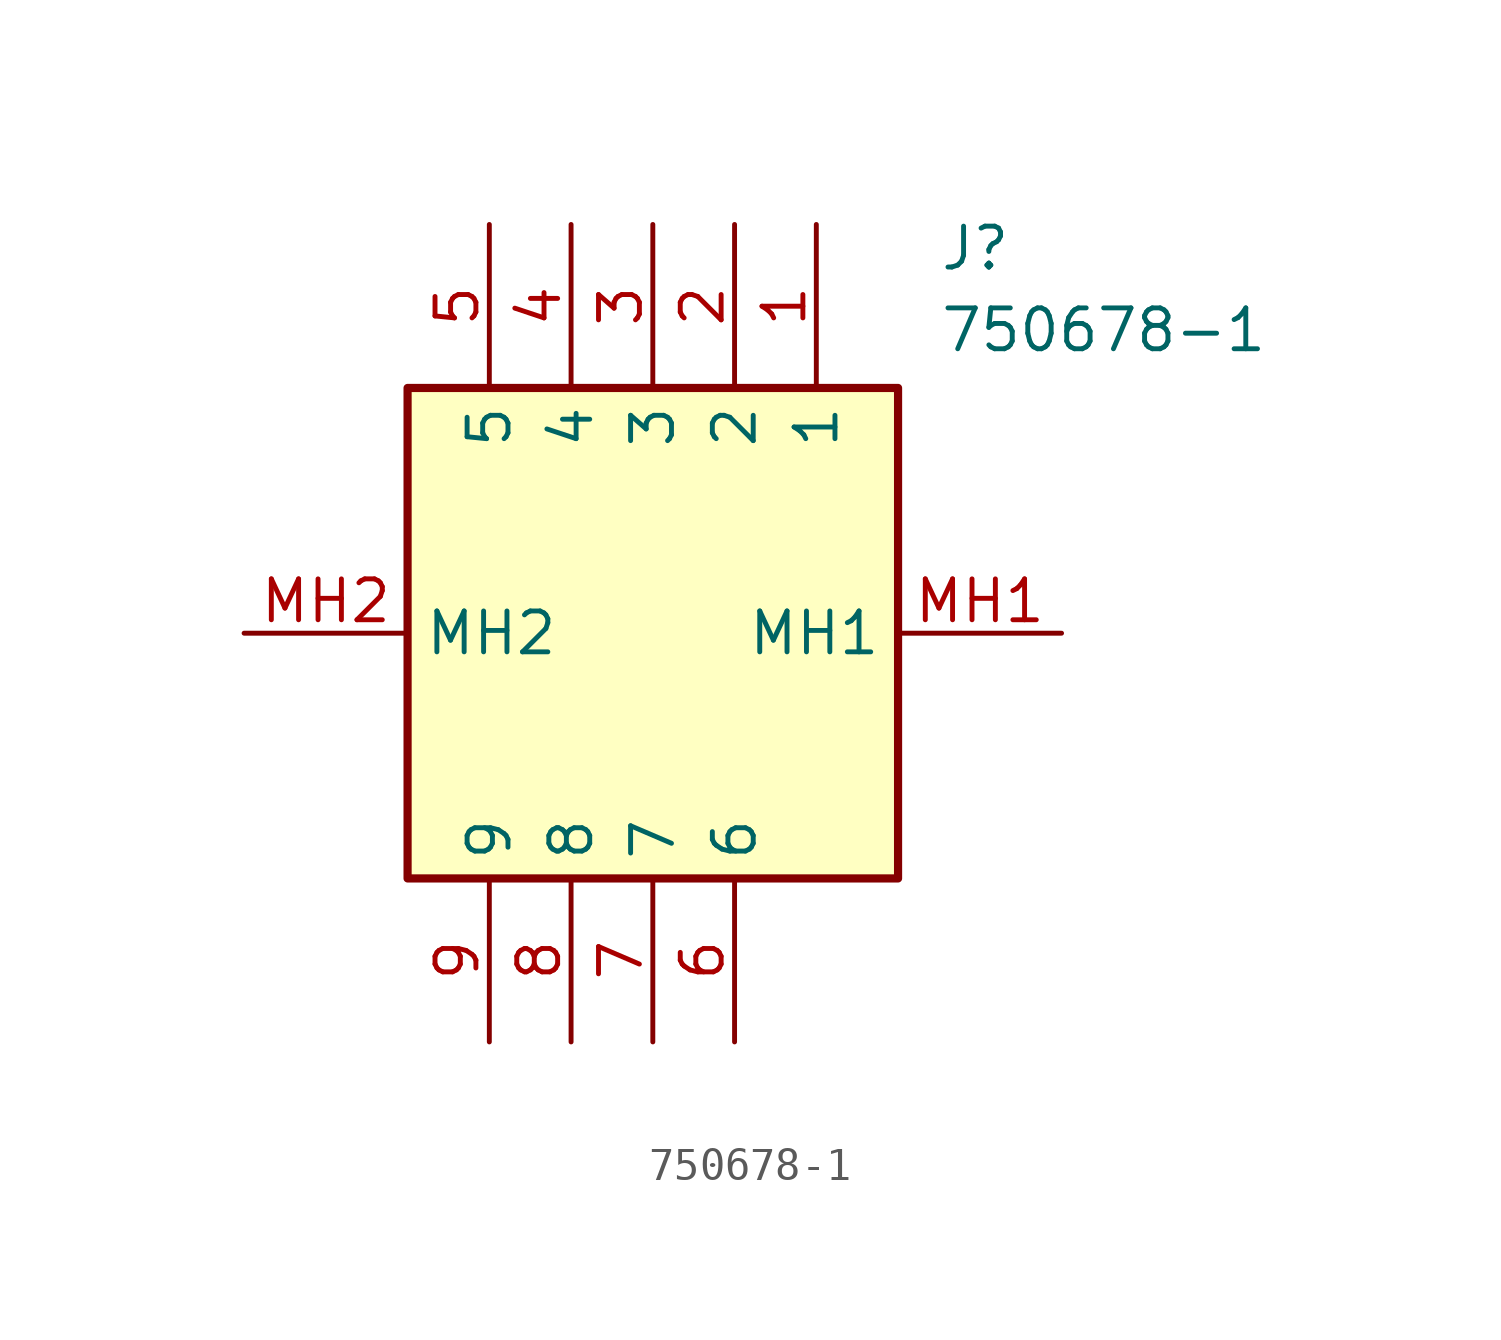
<source format=kicad_sym>
(kicad_symbol_lib
  (version 20211014)
  (generator SamacSys_ECAD_Model)
  (symbol "750678-1"
    (property "Reference" "J"
      (at 21.59 12.7 0)
      (effects (font (size 1.27 1.27)) (justify left top)))
    (property "Value" "750678-1"
      (at 21.59 10.16 0)
      (effects (font (size 1.27 1.27)) (justify left top)))
    (rectangle
      (start 5.08 7.62)
      (end 20.32 -7.62)
      (stroke (width 0.254) (type default))
      (fill (type background)))
    (pin passive line
      (at 17.78 12.7 270)
      (length 5.08)
      (name "1" (effects (font (size 1.27 1.27))))
      (number "1" (effects (font (size 1.27 1.27)))))
    (pin passive line
      (at 15.24 12.7 270)
      (length 5.08)
      (name "2" (effects (font (size 1.27 1.27))))
      (number "2" (effects (font (size 1.27 1.27)))))
    (pin passive line
      (at 12.7 12.7 270)
      (length 5.08)
      (name "3" (effects (font (size 1.27 1.27))))
      (number "3" (effects (font (size 1.27 1.27)))))
    (pin passive line
      (at 10.16 12.7 270)
      (length 5.08)
      (name "4" (effects (font (size 1.27 1.27))))
      (number "4" (effects (font (size 1.27 1.27)))))
    (pin passive line
      (at 7.62 12.7 270)
      (length 5.08)
      (name "5" (effects (font (size 1.27 1.27))))
      (number "5" (effects (font (size 1.27 1.27)))))
    (pin passive line
      (at 15.24 -12.7 90)
      (length 5.08)
      (name "6" (effects (font (size 1.27 1.27))))
      (number "6" (effects (font (size 1.27 1.27)))))
    (pin passive line
      (at 12.7 -12.7 90)
      (length 5.08)
      (name "7" (effects (font (size 1.27 1.27))))
      (number "7" (effects (font (size 1.27 1.27)))))
    (pin passive line
      (at 10.16 -12.7 90)
      (length 5.08)
      (name "8" (effects (font (size 1.27 1.27))))
      (number "8" (effects (font (size 1.27 1.27)))))
    (pin passive line
      (at 7.62 -12.7 90)
      (length 5.08)
      (name "9" (effects (font (size 1.27 1.27))))
      (number "9" (effects (font (size 1.27 1.27)))))
    (pin passive line
      (at 25.4 0 180)
      (length 5.08)
      (name "MH1" (effects (font (size 1.27 1.27))))
      (number "MH1" (effects (font (size 1.27 1.27)))))
    (pin passive line
      (at 0 0 0)
      (length 5.08)
      (name "MH2" (effects (font (size 1.27 1.27))))
      (number "MH2" (effects (font (size 1.27 1.27)))))))
</source>
